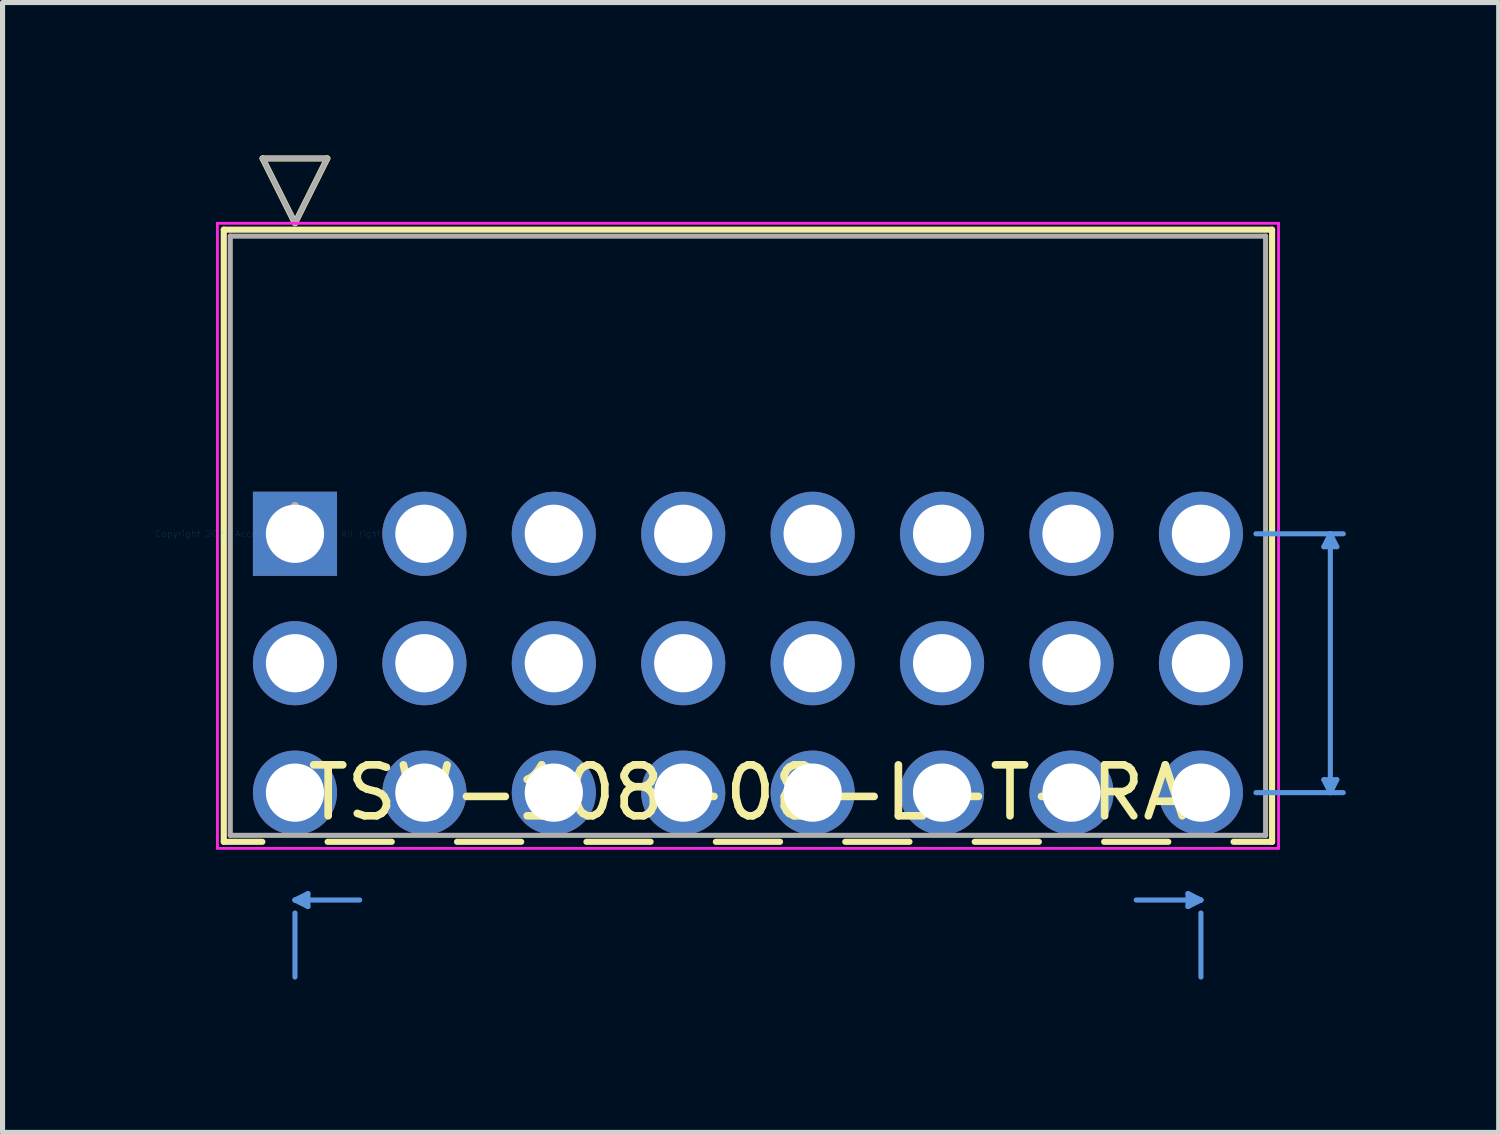
<source format=kicad_pcb>
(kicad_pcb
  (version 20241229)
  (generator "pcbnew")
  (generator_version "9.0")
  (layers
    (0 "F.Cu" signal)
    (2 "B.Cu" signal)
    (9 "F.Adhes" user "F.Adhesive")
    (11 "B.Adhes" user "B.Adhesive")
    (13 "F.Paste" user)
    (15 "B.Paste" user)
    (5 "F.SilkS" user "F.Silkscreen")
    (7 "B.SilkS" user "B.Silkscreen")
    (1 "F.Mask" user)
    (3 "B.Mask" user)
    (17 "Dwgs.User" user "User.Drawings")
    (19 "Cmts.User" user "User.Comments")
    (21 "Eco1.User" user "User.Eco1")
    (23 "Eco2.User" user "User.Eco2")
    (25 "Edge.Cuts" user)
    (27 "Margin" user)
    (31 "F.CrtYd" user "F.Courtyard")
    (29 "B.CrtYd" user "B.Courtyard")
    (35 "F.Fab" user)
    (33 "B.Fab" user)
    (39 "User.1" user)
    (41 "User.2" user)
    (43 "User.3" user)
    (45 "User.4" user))
  (footprint "TSW-108-08-L-T-RA"
    (layer "F.Cu")
    (at 2.739 7.426)
    (property "Reference" "TSW-108-08-L-T-RA" (at 8.89 5.08 0) (layer "F.SilkS") (effects (font (size 1 1) (thickness 0.15))))
    (attr through_hole)
    (fp_line (start -1.397 -5.969) (end -1.397 6.045) (stroke (width 0.12) (type solid)) (layer "F.SilkS"))
    (fp_line (start -1.397 6.045) (end -0.64 6.045) (stroke (width 0.12) (type solid)) (layer "F.SilkS"))
    (fp_line (start -0.635 -7.366) (end 0.635 -7.366) (stroke (width 0.12) (type solid)) (layer "F.SilkS"))
    (fp_line (start 0 -6.096) (end -0.635 -7.366) (stroke (width 0.12) (type solid)) (layer "F.SilkS"))
    (fp_line (start 0.635 -7.366) (end 0 -6.096) (stroke (width 0.12) (type solid)) (layer "F.SilkS"))
    (fp_line (start 0.64 6.045) (end 1.9 6.045) (stroke (width 0.12) (type solid)) (layer "F.SilkS"))
    (fp_line (start 3.18 6.045) (end 4.44 6.045) (stroke (width 0.12) (type solid)) (layer "F.SilkS"))
    (fp_line (start 5.72 6.045) (end 6.98 6.045) (stroke (width 0.12) (type solid)) (layer "F.SilkS"))
    (fp_line (start 8.26 6.045) (end 9.52 6.045) (stroke (width 0.12) (type solid)) (layer "F.SilkS"))
    (fp_line (start 10.8 6.045) (end 12.06 6.045) (stroke (width 0.12) (type solid)) (layer "F.SilkS"))
    (fp_line (start 13.34 6.045) (end 14.6 6.045) (stroke (width 0.12) (type solid)) (layer "F.SilkS"))
    (fp_line (start 15.88 6.045) (end 17.14 6.045) (stroke (width 0.12) (type solid)) (layer "F.SilkS"))
    (fp_line (start 18.42 6.045) (end 19.177 6.045) (stroke (width 0.12) (type solid)) (layer "F.SilkS"))
    (fp_line (start 19.177 -5.969) (end -1.397 -5.969) (stroke (width 0.12) (type solid)) (layer "F.SilkS"))
    (fp_line (start 19.177 6.045) (end 19.177 -5.969) (stroke (width 0.12) (type solid)) (layer "F.SilkS"))
    (fp_line (start 0 7.188) (end 0.254 7.315) (stroke (width 0.1) (type solid)) (layer "Cmts.User"))
    (fp_line (start 0 7.188) (end 1.27 7.188) (stroke (width 0.1) (type solid)) (layer "Cmts.User"))
    (fp_line (start 0 8.7) (end 0 7.442) (stroke (width 0.1) (type solid)) (layer "Cmts.User"))
    (fp_line (start 0.254 7.061) (end 0 7.188) (stroke (width 0.1) (type solid)) (layer "Cmts.User"))
    (fp_line (start 0.254 7.315) (end 0.254 7.061) (stroke (width 0.1) (type solid)) (layer "Cmts.User"))
    (fp_line (start 17.526 7.061) (end 17.78 7.188) (stroke (width 0.1) (type solid)) (layer "Cmts.User"))
    (fp_line (start 17.526 7.315) (end 17.526 7.061) (stroke (width 0.1) (type solid)) (layer "Cmts.User"))
    (fp_line (start 17.78 7.188) (end 16.51 7.188) (stroke (width 0.1) (type solid)) (layer "Cmts.User"))
    (fp_line (start 17.78 7.188) (end 17.526 7.315) (stroke (width 0.1) (type solid)) (layer "Cmts.User"))
    (fp_line (start 17.78 8.7) (end 17.78 7.442) (stroke (width 0.1) (type solid)) (layer "Cmts.User"))
    (fp_line (start 18.86 0) (end 20.574 0) (stroke (width 0.1) (type solid)) (layer "Cmts.User"))
    (fp_line (start 18.86 5.08) (end 20.574 5.08) (stroke (width 0.1) (type solid)) (layer "Cmts.User"))
    (fp_line (start 20.193 0.254) (end 20.447 0.254) (stroke (width 0.1) (type solid)) (layer "Cmts.User"))
    (fp_line (start 20.193 4.826) (end 20.447 4.826) (stroke (width 0.1) (type solid)) (layer "Cmts.User"))
    (fp_line (start 20.32 0) (end 20.193 0.254) (stroke (width 0.1) (type solid)) (layer "Cmts.User"))
    (fp_line (start 20.32 0) (end 20.32 5.08) (stroke (width 0.1) (type solid)) (layer "Cmts.User"))
    (fp_line (start 20.32 5.08) (end 20.193 4.826) (stroke (width 0.1) (type solid)) (layer "Cmts.User"))
    (fp_line (start 20.447 0.254) (end 20.32 0) (stroke (width 0.1) (type solid)) (layer "Cmts.User"))
    (fp_line (start 20.447 4.826) (end 20.32 5.08) (stroke (width 0.1) (type solid)) (layer "Cmts.User"))
    (fp_line (start -1.524 -6.096) (end -1.524 6.172) (stroke (width 0.05) (type solid)) (layer "F.CrtYd"))
    (fp_line (start -1.524 -6.096) (end -1.524 6.172) (stroke (width 0.05) (type solid)) (layer "F.CrtYd"))
    (fp_line (start -1.524 6.172) (end 19.304 6.172) (stroke (width 0.05) (type solid)) (layer "F.CrtYd"))
    (fp_line (start -1.524 6.172) (end 19.304 6.172) (stroke (width 0.05) (type solid)) (layer "F.CrtYd"))
    (fp_line (start 19.304 -6.096) (end -1.524 -6.096) (stroke (width 0.05) (type solid)) (layer "F.CrtYd"))
    (fp_line (start 19.304 -6.096) (end -1.524 -6.096) (stroke (width 0.05) (type solid)) (layer "F.CrtYd"))
    (fp_line (start 19.304 6.172) (end 19.304 -6.096) (stroke (width 0.05) (type solid)) (layer "F.CrtYd"))
    (fp_line (start 19.304 6.172) (end 19.304 -6.096) (stroke (width 0.05) (type solid)) (layer "F.CrtYd"))
    (fp_line (start -1.27 -5.842) (end -1.27 5.918) (stroke (width 0.1) (type solid)) (layer "F.Fab"))
    (fp_line (start -1.27 5.918) (end 19.05 5.918) (stroke (width 0.1) (type solid)) (layer "F.Fab"))
    (fp_line (start -0.635 -7.366) (end 0.635 -7.366) (stroke (width 0.1) (type solid)) (layer "F.Fab"))
    (fp_line (start 0 -6.096) (end -0.635 -7.366) (stroke (width 0.1) (type solid)) (layer "F.Fab"))
    (fp_line (start 0.635 -7.366) (end 0 -6.096) (stroke (width 0.1) (type solid)) (layer "F.Fab"))
    (fp_line (start 19.05 -5.842) (end -1.27 -5.842) (stroke (width 0.1) (type solid)) (layer "F.Fab"))
    (fp_line (start 19.05 5.918) (end 19.05 -5.842) (stroke (width 0.1) (type solid)) (layer "F.Fab"))
    (fp_text user "*" (at 0 0 0) (layer "F.SilkS") (effects (font (size 1 1) (thickness 0.15))))
    (fp_text user "Copyright 2021 Accelerated Designs. All rights reserved." (at 0 0 0) (layer "Cmts.User") (effects (font (size 0.127 0.127) (thickness 0.002))))
    (fp_text user "*" (at 0 0 0) (layer "F.Fab") (effects (font (size 1 1) (thickness 0.15))))
    (pad "1" thru_hole rect (at 0 0) (size 1.651 1.651) (drill 1.143) (layers "*.Cu" "*.Mask"))
    (pad "2" thru_hole circle (at 0 2.54) (size 1.651 1.651) (drill 1.143) (layers "*.Cu" "*.Mask"))
    (pad "3" thru_hole circle (at 0 5.08) (size 1.651 1.651) (drill 1.143) (layers "*.Cu" "*.Mask"))
    (pad "4" thru_hole circle (at 2.54 0) (size 1.651 1.651) (drill 1.143) (layers "*.Cu" "*.Mask"))
    (pad "5" thru_hole circle (at 2.54 2.54) (size 1.651 1.651) (drill 1.143) (layers "*.Cu" "*.Mask"))
    (pad "6" thru_hole circle (at 2.54 5.08) (size 1.651 1.651) (drill 1.143) (layers "*.Cu" "*.Mask"))
    (pad "7" thru_hole circle (at 5.08 0) (size 1.651 1.651) (drill 1.143) (layers "*.Cu" "*.Mask"))
    (pad "8" thru_hole circle (at 5.08 2.54) (size 1.651 1.651) (drill 1.143) (layers "*.Cu" "*.Mask"))
    (pad "9" thru_hole circle (at 5.08 5.08) (size 1.651 1.651) (drill 1.143) (layers "*.Cu" "*.Mask"))
    (pad "10" thru_hole circle (at 7.62 0) (size 1.651 1.651) (drill 1.143) (layers "*.Cu" "*.Mask"))
    (pad "11" thru_hole circle (at 7.62 2.54) (size 1.651 1.651) (drill 1.143) (layers "*.Cu" "*.Mask"))
    (pad "12" thru_hole circle (at 7.62 5.08) (size 1.651 1.651) (drill 1.143) (layers "*.Cu" "*.Mask"))
    (pad "13" thru_hole circle (at 10.16 0) (size 1.651 1.651) (drill 1.143) (layers "*.Cu" "*.Mask"))
    (pad "14" thru_hole circle (at 10.16 2.54) (size 1.651 1.651) (drill 1.143) (layers "*.Cu" "*.Mask"))
    (pad "15" thru_hole circle (at 10.16 5.08) (size 1.651 1.651) (drill 1.143) (layers "*.Cu" "*.Mask"))
    (pad "16" thru_hole circle (at 12.7 0) (size 1.651 1.651) (drill 1.143) (layers "*.Cu" "*.Mask"))
    (pad "17" thru_hole circle (at 12.7 2.54) (size 1.651 1.651) (drill 1.143) (layers "*.Cu" "*.Mask"))
    (pad "18" thru_hole circle (at 12.7 5.08) (size 1.651 1.651) (drill 1.143) (layers "*.Cu" "*.Mask"))
    (pad "19" thru_hole circle (at 15.24 0) (size 1.651 1.651) (drill 1.143) (layers "*.Cu" "*.Mask"))
    (pad "20" thru_hole circle (at 15.24 2.54) (size 1.651 1.651) (drill 1.143) (layers "*.Cu" "*.Mask"))
    (pad "21" thru_hole circle (at 15.24 5.08) (size 1.651 1.651) (drill 1.143) (layers "*.Cu" "*.Mask"))
    (pad "22" thru_hole circle (at 17.78 0) (size 1.651 1.651) (drill 1.143) (layers "*.Cu" "*.Mask"))
    (pad "23" thru_hole circle (at 17.78 2.54) (size 1.651 1.651) (drill 1.143) (layers "*.Cu" "*.Mask"))
    (pad "24" thru_hole circle (at 17.78 5.08) (size 1.651 1.651) (drill 1.143) (layers "*.Cu" "*.Mask")))
  (gr_rect
    (start -3 -3)
    (end 26.363 19.175)
    (stroke (width 0.1) (type default))
    (fill no)
    (layer "Edge.Cuts")))
</source>
